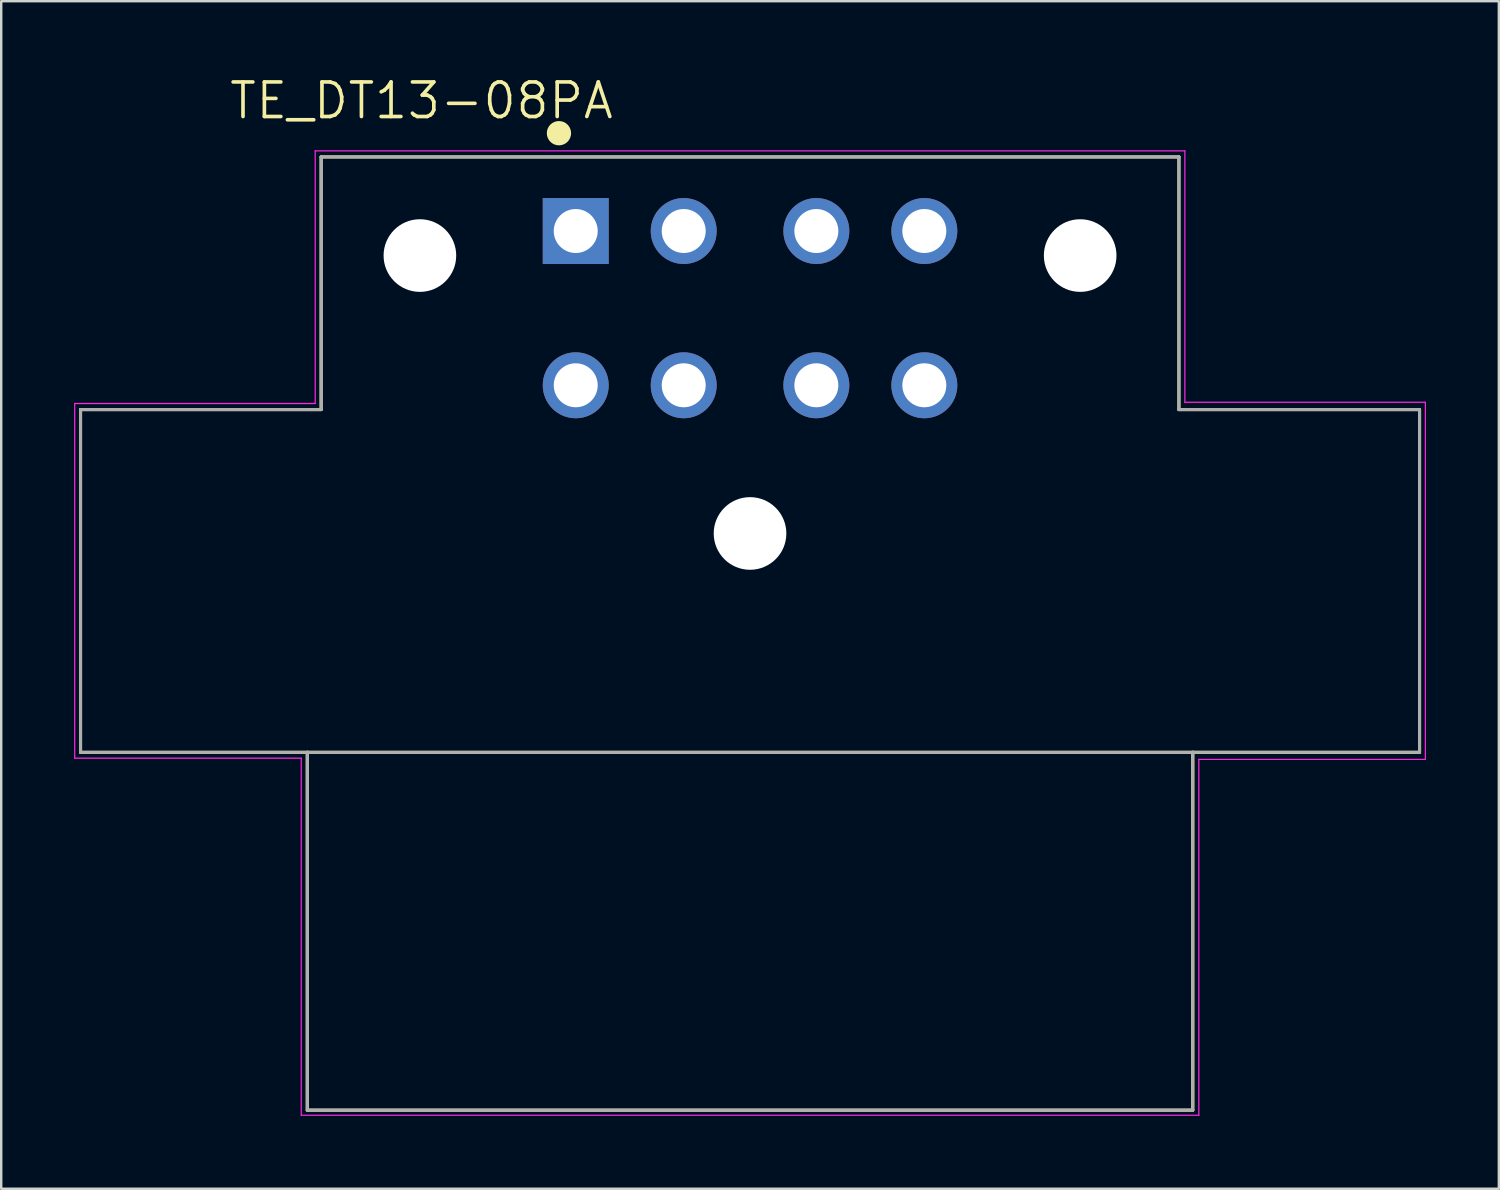
<source format=kicad_pcb>
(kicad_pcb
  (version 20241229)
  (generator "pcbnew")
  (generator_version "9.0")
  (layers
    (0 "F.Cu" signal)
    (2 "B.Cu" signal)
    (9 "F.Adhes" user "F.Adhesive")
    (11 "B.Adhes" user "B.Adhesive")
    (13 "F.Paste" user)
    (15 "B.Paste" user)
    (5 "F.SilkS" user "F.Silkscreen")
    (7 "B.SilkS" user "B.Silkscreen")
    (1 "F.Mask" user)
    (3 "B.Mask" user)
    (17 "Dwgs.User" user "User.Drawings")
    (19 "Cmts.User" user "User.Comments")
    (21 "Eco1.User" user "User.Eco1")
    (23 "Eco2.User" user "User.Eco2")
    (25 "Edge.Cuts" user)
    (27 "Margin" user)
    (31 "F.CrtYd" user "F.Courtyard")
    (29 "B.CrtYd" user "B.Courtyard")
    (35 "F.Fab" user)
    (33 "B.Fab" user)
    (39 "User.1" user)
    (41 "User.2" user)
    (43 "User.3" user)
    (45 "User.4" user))
  (footprint "TE_DT13-08PA"
    (layer "F.Cu")
    (at 27.825 12.81)
    (property "Reference" "TE_DT13-08PA" (at -13.525 -11.715 0) (layer "F.SilkS") (effects (font (size 1.422 1.422) (thickness 0.15))))
    (attr through_hole)
    (fp_line (start -27.56 1) (end -17.655 1) (stroke (width 0.127) (type solid)) (layer "F.SilkS"))
    (fp_line (start -27.56 15.11) (end -27.56 1) (stroke (width 0.127) (type solid)) (layer "F.SilkS"))
    (fp_line (start -18.225 15.11) (end -27.56 15.11) (stroke (width 0.127) (type solid)) (layer "F.SilkS"))
    (fp_line (start -18.225 15.11) (end -18.225 29.84) (stroke (width 0.127) (type solid)) (layer "F.SilkS"))
    (fp_line (start -18.225 29.84) (end 18.225 29.84) (stroke (width 0.127) (type solid)) (layer "F.SilkS"))
    (fp_line (start -17.655 -9.4) (end 17.655 -9.4) (stroke (width 0.127) (type solid)) (layer "F.SilkS"))
    (fp_line (start -17.655 1) (end -17.655 -9.4) (stroke (width 0.127) (type solid)) (layer "F.SilkS"))
    (fp_line (start 17.655 -9.4) (end 17.655 1) (stroke (width 0.127) (type solid)) (layer "F.SilkS"))
    (fp_line (start 17.655 1) (end 27.56 1) (stroke (width 0.127) (type solid)) (layer "F.SilkS"))
    (fp_line (start 18.225 15.11) (end -18.225 15.11) (stroke (width 0.127) (type solid)) (layer "F.SilkS"))
    (fp_line (start 18.225 29.84) (end 18.225 15.11) (stroke (width 0.127) (type solid)) (layer "F.SilkS"))
    (fp_line (start 27.56 1) (end 27.56 15.11) (stroke (width 0.127) (type solid)) (layer "F.SilkS"))
    (fp_line (start 27.56 15.11) (end 18.225 15.11) (stroke (width 0.127) (type solid)) (layer "F.SilkS"))
    (fp_circle (center -7.866 -10.377) (end -7.616 -10.377) (stroke (width 0.5) (type solid)) (fill no) (layer "F.SilkS"))
    (fp_line (start -27.8 0.75) (end -27.8 15.35) (stroke (width 0.05) (type solid)) (layer "F.CrtYd"))
    (fp_line (start -27.8 15.35) (end -18.475 15.35) (stroke (width 0.05) (type solid)) (layer "F.CrtYd"))
    (fp_line (start -18.475 15.35) (end -18.475 30.05) (stroke (width 0.05) (type solid)) (layer "F.CrtYd"))
    (fp_line (start -18.475 30.05) (end 18.475 30.05) (stroke (width 0.05) (type solid)) (layer "F.CrtYd"))
    (fp_line (start -17.9 -9.65) (end -17.9 0.75) (stroke (width 0.05) (type solid)) (layer "F.CrtYd"))
    (fp_line (start -17.9 0.75) (end -27.8 0.75) (stroke (width 0.05) (type solid)) (layer "F.CrtYd"))
    (fp_line (start 17.9 -9.65) (end -17.9 -9.65) (stroke (width 0.05) (type solid)) (layer "F.CrtYd"))
    (fp_line (start 17.9 0.7) (end 17.9 -9.65) (stroke (width 0.05) (type solid)) (layer "F.CrtYd"))
    (fp_line (start 18.475 15.4) (end 27.8 15.4) (stroke (width 0.05) (type solid)) (layer "F.CrtYd"))
    (fp_line (start 18.475 30.05) (end 18.475 15.4) (stroke (width 0.05) (type solid)) (layer "F.CrtYd"))
    (fp_line (start 27.8 0.7) (end 17.9 0.7) (stroke (width 0.05) (type solid)) (layer "F.CrtYd"))
    (fp_line (start 27.8 15.4) (end 27.8 0.7) (stroke (width 0.05) (type solid)) (layer "F.CrtYd"))
    (fp_line (start -27.56 1) (end -17.655 1) (stroke (width 0.127) (type solid)) (layer "F.Fab"))
    (fp_line (start -27.56 15.11) (end -27.56 1) (stroke (width 0.127) (type solid)) (layer "F.Fab"))
    (fp_line (start -18.225 15.11) (end -27.56 15.11) (stroke (width 0.127) (type solid)) (layer "F.Fab"))
    (fp_line (start -18.225 15.11) (end -18.225 29.84) (stroke (width 0.127) (type solid)) (layer "F.Fab"))
    (fp_line (start -18.225 29.84) (end 18.225 29.84) (stroke (width 0.127) (type solid)) (layer "F.Fab"))
    (fp_line (start -17.655 -9.4) (end 17.655 -9.4) (stroke (width 0.127) (type solid)) (layer "F.Fab"))
    (fp_line (start -17.655 1) (end -17.655 -9.4) (stroke (width 0.127) (type solid)) (layer "F.Fab"))
    (fp_line (start 17.655 -9.4) (end 17.655 1) (stroke (width 0.127) (type solid)) (layer "F.Fab"))
    (fp_line (start 17.655 1) (end 27.56 1) (stroke (width 0.127) (type solid)) (layer "F.Fab"))
    (fp_line (start 18.225 15.11) (end -18.225 15.11) (stroke (width 0.127) (type solid)) (layer "F.Fab"))
    (fp_line (start 18.225 29.84) (end 18.225 15.11) (stroke (width 0.127) (type solid)) (layer "F.Fab"))
    (fp_line (start 27.56 1) (end 27.56 15.11) (stroke (width 0.127) (type solid)) (layer "F.Fab"))
    (fp_line (start 27.56 15.11) (end 18.225 15.11) (stroke (width 0.127) (type solid)) (layer "F.Fab"))
    (pad "" np_thru_hole circle (at -13.59 -5.34) (size 2.99 2.99) (drill 2.99) (layers "*.Cu" "*.Mask"))
    (pad "" np_thru_hole circle (at 0 6.1) (size 2.99 2.99) (drill 2.99) (layers "*.Cu" "*.Mask"))
    (pad "" np_thru_hole circle (at 13.59 -5.34) (size 2.99 2.99) (drill 2.99) (layers "*.Cu" "*.Mask"))
    (pad "1" thru_hole rect (at -7.175 -6.35) (size 2.715 2.715) (drill 1.81) (layers "*.Cu" "*.Mask"))
    (pad "2" thru_hole circle (at -2.73 -6.35) (size 2.715 2.715) (drill 1.81) (layers "*.Cu" "*.Mask"))
    (pad "3" thru_hole circle (at 2.73 -6.35) (size 2.715 2.715) (drill 1.81) (layers "*.Cu" "*.Mask"))
    (pad "4" thru_hole circle (at 7.175 -6.35) (size 2.715 2.715) (drill 1.81) (layers "*.Cu" "*.Mask"))
    (pad "5" thru_hole circle (at 7.175 0) (size 2.715 2.715) (drill 1.81) (layers "*.Cu" "*.Mask"))
    (pad "6" thru_hole circle (at 2.73 0) (size 2.715 2.715) (drill 1.81) (layers "*.Cu" "*.Mask"))
    (pad "7" thru_hole circle (at -2.73 0) (size 2.715 2.715) (drill 1.81) (layers "*.Cu" "*.Mask"))
    (pad "8" thru_hole circle (at -7.175 0) (size 2.715 2.715) (drill 1.81) (layers "*.Cu" "*.Mask")))
  (gr_rect
    (start -3 -3)
    (end 58.65 45.885)
    (stroke (width 0.1) (type default))
    (fill no)
    (layer "Edge.Cuts")))
</source>
